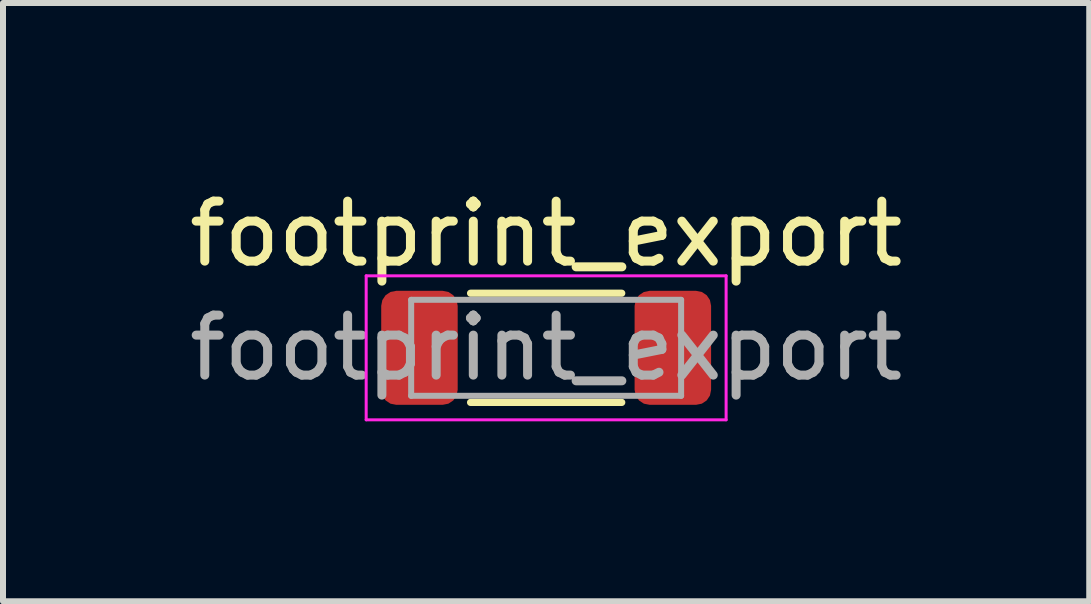
<source format=kicad_pcb>
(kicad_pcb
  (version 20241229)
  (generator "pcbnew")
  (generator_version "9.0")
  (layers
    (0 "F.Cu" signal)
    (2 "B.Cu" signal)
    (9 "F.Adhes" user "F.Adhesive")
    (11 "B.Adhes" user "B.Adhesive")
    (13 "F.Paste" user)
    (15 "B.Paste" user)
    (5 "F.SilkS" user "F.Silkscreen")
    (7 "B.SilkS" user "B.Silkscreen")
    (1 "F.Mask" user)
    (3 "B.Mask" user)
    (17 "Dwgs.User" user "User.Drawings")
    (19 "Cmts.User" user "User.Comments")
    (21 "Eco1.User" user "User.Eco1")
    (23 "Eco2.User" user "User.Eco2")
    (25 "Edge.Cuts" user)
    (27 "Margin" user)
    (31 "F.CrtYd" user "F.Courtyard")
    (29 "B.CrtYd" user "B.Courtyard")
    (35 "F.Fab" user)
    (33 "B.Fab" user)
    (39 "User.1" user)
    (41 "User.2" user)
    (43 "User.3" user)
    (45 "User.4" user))
  (footprint "footprint_export"
    (layer "F.Cu")
    (at 6.054 2.748)
    (property "Reference" "footprint_export" (at 0 -1.9 0) (layer "F.SilkS") (effects (font (size 1 1) (thickness 0.15))))
    (attr smd)
    (fp_line (start -1.26 -0.91) (end 1.26 -0.91) (stroke (width 0.12) (type solid)) (layer "F.SilkS"))
    (fp_line (start -1.26 0.91) (end 1.26 0.91) (stroke (width 0.12) (type solid)) (layer "F.SilkS"))
    (fp_line (start -3 -1.2) (end 3 -1.2) (stroke (width 0.05) (type solid)) (layer "F.CrtYd"))
    (fp_line (start -3 1.2) (end -3 -1.2) (stroke (width 0.05) (type solid)) (layer "F.CrtYd"))
    (fp_line (start 3 -1.2) (end 3 1.2) (stroke (width 0.05) (type solid)) (layer "F.CrtYd"))
    (fp_line (start 3 1.2) (end -3 1.2) (stroke (width 0.05) (type solid)) (layer "F.CrtYd"))
    (fp_line (start -2.25 -0.8) (end 2.25 -0.8) (stroke (width 0.1) (type solid)) (layer "F.Fab"))
    (fp_line (start -2.25 0.8) (end -2.25 -0.8) (stroke (width 0.1) (type solid)) (layer "F.Fab"))
    (fp_line (start 2.25 -0.8) (end 2.25 0.8) (stroke (width 0.1) (type solid)) (layer "F.Fab"))
    (fp_line (start 2.25 0.8) (end -2.25 0.8) (stroke (width 0.1) (type solid)) (layer "F.Fab"))
    (fp_text user "${REFERENCE}" (at 0 0 0) (layer "F.Fab") (effects (font (size 1 1) (thickness 0.15))))
    (pad "1" smd roundrect (at -2.112 0) (size 1.275 1.9) (layers "F.Cu" "F.Mask" "F.Paste") (roundrect_rratio 0.196))
    (pad "2" smd roundrect (at 2.112 0) (size 1.275 1.9) (layers "F.Cu" "F.Mask" "F.Paste") (roundrect_rratio 0.196)))
  (gr_rect
    (start -3 -3)
    (end 15.107 6.973)
    (stroke (width 0.1) (type default))
    (fill no)
    (layer "Edge.Cuts")))
</source>
